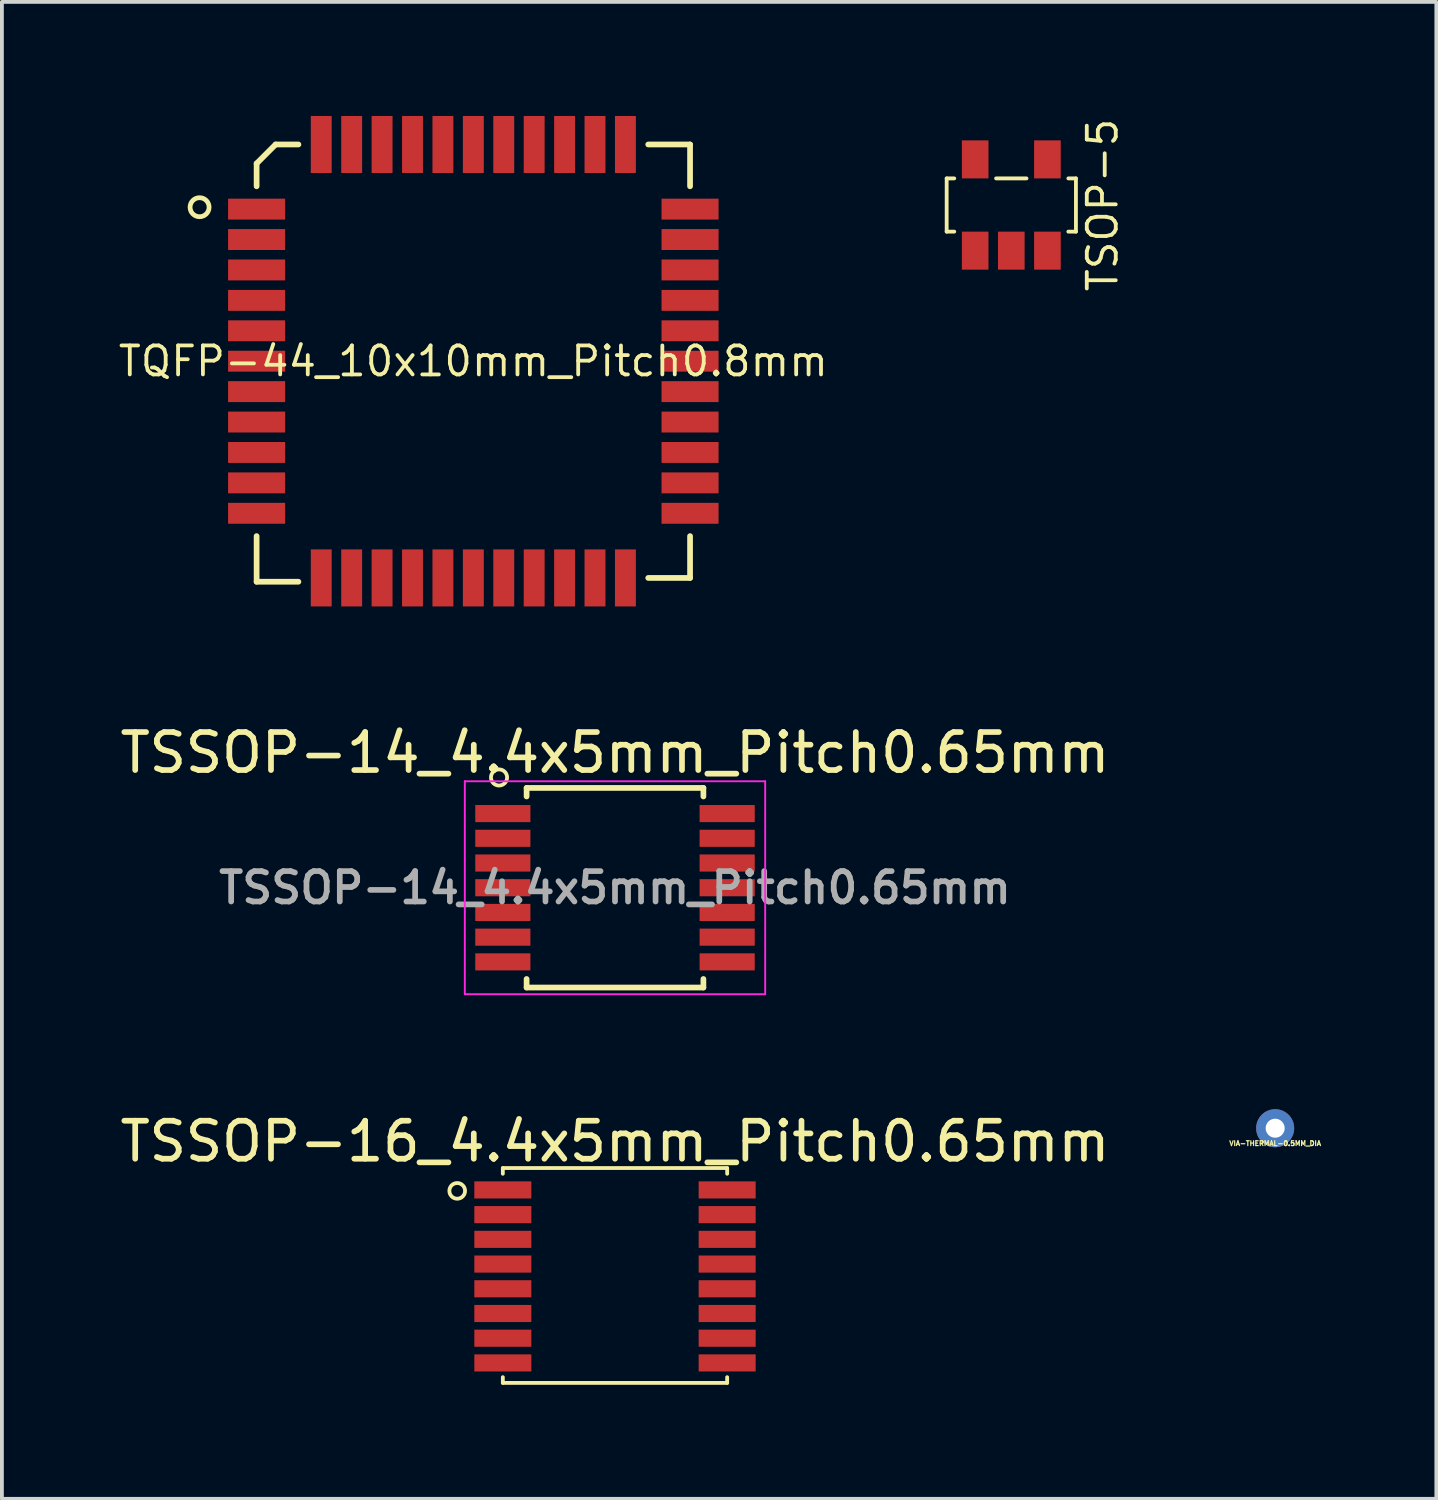
<source format=kicad_pcb>
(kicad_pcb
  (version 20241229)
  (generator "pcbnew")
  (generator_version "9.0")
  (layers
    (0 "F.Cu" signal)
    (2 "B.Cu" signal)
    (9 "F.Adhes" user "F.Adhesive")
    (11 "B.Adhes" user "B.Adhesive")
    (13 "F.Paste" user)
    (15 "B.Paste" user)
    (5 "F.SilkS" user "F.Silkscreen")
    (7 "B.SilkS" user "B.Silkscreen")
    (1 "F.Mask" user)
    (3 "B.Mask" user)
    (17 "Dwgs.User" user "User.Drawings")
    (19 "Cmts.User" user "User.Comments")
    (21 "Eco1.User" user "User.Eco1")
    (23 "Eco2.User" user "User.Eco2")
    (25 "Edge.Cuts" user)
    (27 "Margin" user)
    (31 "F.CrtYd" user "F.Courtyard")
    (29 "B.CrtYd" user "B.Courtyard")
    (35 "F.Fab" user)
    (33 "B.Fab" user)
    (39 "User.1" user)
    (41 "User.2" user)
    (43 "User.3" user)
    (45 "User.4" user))
  (footprint "TQFP-44_10x10mm_Pitch0.8mm"
    (layer "F.Cu")
    (at 9.399 6.45)
    (property "Reference" "TQFP-44_10x10mm_Pitch0.8mm" (at 0 0 0) (layer "F.SilkS") (effects (font (size 0.762 0.762) (thickness 0.1))))
    (attr smd)
    (fp_line (start -5.7 -5.2) (end -5.2 -5.7) (stroke (width 0.15) (type solid)) (layer "F.SilkS"))
    (fp_line (start -5.7 -4.6) (end -5.7 -5.2) (stroke (width 0.15) (type solid)) (layer "F.SilkS"))
    (fp_line (start -5.7 4.6) (end -5.7 5.8) (stroke (width 0.15) (type solid)) (layer "F.SilkS"))
    (fp_line (start -5.7 5.8) (end -4.6 5.8) (stroke (width 0.15) (type solid)) (layer "F.SilkS"))
    (fp_line (start -5.2 -5.7) (end -4.6 -5.7) (stroke (width 0.15) (type solid)) (layer "F.SilkS"))
    (fp_line (start 4.6 -5.7) (end 5.7 -5.7) (stroke (width 0.15) (type solid)) (layer "F.SilkS"))
    (fp_line (start 4.6 5.7) (end 5.7 5.7) (stroke (width 0.15) (type solid)) (layer "F.SilkS"))
    (fp_line (start 5.7 -5.7) (end 5.7 -4.6) (stroke (width 0.15) (type solid)) (layer "F.SilkS"))
    (fp_line (start 5.7 5.7) (end 5.7 4.6) (stroke (width 0.15) (type solid)) (layer "F.SilkS"))
    (fp_circle (center -7.2 -4.05) (end -7 -3.9) (stroke (width 0.125) (type solid)) (fill no) (layer "F.SilkS"))
    (pad "1" smd rect (at -5.7 -4) (size 1.5 0.55) (layers "F.Cu" "F.Mask" "F.Paste"))
    (pad "2" smd rect (at -5.7 -3.2) (size 1.5 0.55) (layers "F.Cu" "F.Mask" "F.Paste"))
    (pad "3" smd rect (at -5.7 -2.4) (size 1.5 0.55) (layers "F.Cu" "F.Mask" "F.Paste"))
    (pad "4" smd rect (at -5.7 -1.6) (size 1.5 0.55) (layers "F.Cu" "F.Mask" "F.Paste"))
    (pad "5" smd rect (at -5.7 -0.8) (size 1.5 0.55) (layers "F.Cu" "F.Mask" "F.Paste"))
    (pad "6" smd rect (at -5.7 0) (size 1.5 0.55) (layers "F.Cu" "F.Mask" "F.Paste"))
    (pad "7" smd rect (at -5.7 0.8) (size 1.5 0.55) (layers "F.Cu" "F.Mask" "F.Paste"))
    (pad "8" smd rect (at -5.7 1.6) (size 1.5 0.55) (layers "F.Cu" "F.Mask" "F.Paste"))
    (pad "9" smd rect (at -5.7 2.4) (size 1.5 0.55) (layers "F.Cu" "F.Mask" "F.Paste"))
    (pad "10" smd rect (at -5.7 3.2) (size 1.5 0.55) (layers "F.Cu" "F.Mask" "F.Paste"))
    (pad "11" smd rect (at -5.7 4) (size 1.5 0.55) (layers "F.Cu" "F.Mask" "F.Paste"))
    (pad "12" smd rect (at -4 5.7 90) (size 1.5 0.55) (layers "F.Cu" "F.Mask" "F.Paste"))
    (pad "13" smd rect (at -3.2 5.7 90) (size 1.5 0.55) (layers "F.Cu" "F.Mask" "F.Paste"))
    (pad "14" smd rect (at -2.4 5.7 90) (size 1.5 0.55) (layers "F.Cu" "F.Mask" "F.Paste"))
    (pad "15" smd rect (at -1.6 5.7 90) (size 1.5 0.55) (layers "F.Cu" "F.Mask" "F.Paste"))
    (pad "16" smd rect (at -0.8 5.7 90) (size 1.5 0.55) (layers "F.Cu" "F.Mask" "F.Paste"))
    (pad "17" smd rect (at 0 5.7 90) (size 1.5 0.55) (layers "F.Cu" "F.Mask" "F.Paste"))
    (pad "18" smd rect (at 0.8 5.7 90) (size 1.5 0.55) (layers "F.Cu" "F.Mask" "F.Paste"))
    (pad "19" smd rect (at 1.6 5.7 90) (size 1.5 0.55) (layers "F.Cu" "F.Mask" "F.Paste"))
    (pad "20" smd rect (at 2.4 5.7 90) (size 1.5 0.55) (layers "F.Cu" "F.Mask" "F.Paste"))
    (pad "21" smd rect (at 3.2 5.7 90) (size 1.5 0.55) (layers "F.Cu" "F.Mask" "F.Paste"))
    (pad "22" smd rect (at 4 5.7 90) (size 1.5 0.55) (layers "F.Cu" "F.Mask" "F.Paste"))
    (pad "23" smd rect (at 5.7 4) (size 1.5 0.55) (layers "F.Cu" "F.Mask" "F.Paste"))
    (pad "24" smd rect (at 5.7 3.2) (size 1.5 0.55) (layers "F.Cu" "F.Mask" "F.Paste"))
    (pad "25" smd rect (at 5.7 2.4) (size 1.5 0.55) (layers "F.Cu" "F.Mask" "F.Paste"))
    (pad "26" smd rect (at 5.7 1.6) (size 1.5 0.55) (layers "F.Cu" "F.Mask" "F.Paste"))
    (pad "27" smd rect (at 5.7 0.8) (size 1.5 0.55) (layers "F.Cu" "F.Mask" "F.Paste"))
    (pad "28" smd rect (at 5.7 0) (size 1.5 0.55) (layers "F.Cu" "F.Mask" "F.Paste"))
    (pad "29" smd rect (at 5.7 -0.8) (size 1.5 0.55) (layers "F.Cu" "F.Mask" "F.Paste"))
    (pad "30" smd rect (at 5.7 -1.6) (size 1.5 0.55) (layers "F.Cu" "F.Mask" "F.Paste"))
    (pad "31" smd rect (at 5.7 -2.4) (size 1.5 0.55) (layers "F.Cu" "F.Mask" "F.Paste"))
    (pad "32" smd rect (at 5.7 -3.2) (size 1.5 0.55) (layers "F.Cu" "F.Mask" "F.Paste"))
    (pad "33" smd rect (at 5.7 -4) (size 1.5 0.55) (layers "F.Cu" "F.Mask" "F.Paste"))
    (pad "34" smd rect (at 4 -5.7 90) (size 1.5 0.55) (layers "F.Cu" "F.Mask" "F.Paste"))
    (pad "35" smd rect (at 3.2 -5.7 90) (size 1.5 0.55) (layers "F.Cu" "F.Mask" "F.Paste"))
    (pad "36" smd rect (at 2.4 -5.7 90) (size 1.5 0.55) (layers "F.Cu" "F.Mask" "F.Paste"))
    (pad "37" smd rect (at 1.6 -5.7 90) (size 1.5 0.55) (layers "F.Cu" "F.Mask" "F.Paste"))
    (pad "38" smd rect (at 0.8 -5.7 90) (size 1.5 0.55) (layers "F.Cu" "F.Mask" "F.Paste"))
    (pad "39" smd rect (at 0 -5.7 90) (size 1.5 0.55) (layers "F.Cu" "F.Mask" "F.Paste"))
    (pad "40" smd rect (at -0.8 -5.7 90) (size 1.5 0.55) (layers "F.Cu" "F.Mask" "F.Paste"))
    (pad "41" smd rect (at -1.6 -5.7 90) (size 1.5 0.55) (layers "F.Cu" "F.Mask" "F.Paste"))
    (pad "42" smd rect (at -2.4 -5.7 90) (size 1.5 0.55) (layers "F.Cu" "F.Mask" "F.Paste"))
    (pad "43" smd rect (at -3.2 -5.7 90) (size 1.5 0.55) (layers "F.Cu" "F.Mask" "F.Paste"))
    (pad "44" smd rect (at -4 -5.7 90) (size 1.5 0.55) (layers "F.Cu" "F.Mask" "F.Paste")))
  (footprint "TSSOP-16_4.4x5mm_Pitch0.65mm"
    (layer "F.Cu")
    (at 13.125 30.521)
    (property "Reference" "TSSOP-16_4.4x5mm_Pitch0.65mm" (at 0 -3.55 0) (layer "F.SilkS") (effects (font (size 1 1) (thickness 0.15))))
    (attr smd)
    (fp_line (start -2.95 -2.85) (end -2.95 -2.7) (stroke (width 0.1) (type solid)) (layer "F.SilkS"))
    (fp_line (start -2.95 2.65) (end -2.95 2.8) (stroke (width 0.1) (type solid)) (layer "F.SilkS"))
    (fp_line (start 2.95 -2.85) (end -2.95 -2.85) (stroke (width 0.1) (type solid)) (layer "F.SilkS"))
    (fp_line (start 2.95 -2.85) (end 2.95 -2.7) (stroke (width 0.1) (type solid)) (layer "F.SilkS"))
    (fp_line (start 2.95 2.65) (end 2.95 2.8) (stroke (width 0.1) (type solid)) (layer "F.SilkS"))
    (fp_line (start 2.95 2.8) (end -2.95 2.8) (stroke (width 0.1) (type solid)) (layer "F.SilkS"))
    (fp_circle (center -4.15 -2.25) (end -3.95 -2.2) (stroke (width 0.1) (type solid)) (fill no) (layer "F.SilkS"))
    (pad "1" smd rect (at -2.95 -2.275) (size 1.5 0.45) (layers "F.Cu" "F.Mask" "F.Paste"))
    (pad "2" smd rect (at -2.95 -1.625) (size 1.5 0.45) (layers "F.Cu" "F.Mask" "F.Paste"))
    (pad "3" smd rect (at -2.95 -0.975) (size 1.5 0.45) (layers "F.Cu" "F.Mask" "F.Paste"))
    (pad "4" smd rect (at -2.95 -0.325) (size 1.5 0.45) (layers "F.Cu" "F.Mask" "F.Paste"))
    (pad "5" smd rect (at -2.95 0.325) (size 1.5 0.45) (layers "F.Cu" "F.Mask" "F.Paste"))
    (pad "6" smd rect (at -2.95 0.975) (size 1.5 0.45) (layers "F.Cu" "F.Mask" "F.Paste"))
    (pad "7" smd rect (at -2.95 1.625) (size 1.5 0.45) (layers "F.Cu" "F.Mask" "F.Paste"))
    (pad "8" smd rect (at -2.95 2.275) (size 1.5 0.45) (layers "F.Cu" "F.Mask" "F.Paste"))
    (pad "9" smd rect (at 2.95 2.275) (size 1.5 0.45) (layers "F.Cu" "F.Mask" "F.Paste"))
    (pad "10" smd rect (at 2.95 1.625) (size 1.5 0.45) (layers "F.Cu" "F.Mask" "F.Paste"))
    (pad "11" smd rect (at 2.95 0.975) (size 1.5 0.45) (layers "F.Cu" "F.Mask" "F.Paste"))
    (pad "12" smd rect (at 2.95 0.325) (size 1.5 0.45) (layers "F.Cu" "F.Mask" "F.Paste"))
    (pad "13" smd rect (at 2.95 -0.325) (size 1.5 0.45) (layers "F.Cu" "F.Mask" "F.Paste"))
    (pad "14" smd rect (at 2.95 -0.975) (size 1.5 0.45) (layers "F.Cu" "F.Mask" "F.Paste"))
    (pad "15" smd rect (at 2.95 -1.625) (size 1.5 0.45) (layers "F.Cu" "F.Mask" "F.Paste"))
    (pad "16" smd rect (at 2.95 -2.275) (size 1.5 0.45) (layers "F.Cu" "F.Mask" "F.Paste")))
  (footprint "TSOP-5"
    (layer "F.Cu")
    (at 23.548 2.342)
    (property "Reference" "TSOP-5" (at 2.4 0 90) (layer "F.SilkS") (effects (font (size 0.762 0.762) (thickness 0.1))))
    (attr through_hole)
    (fp_line (start -1.7 -0.7) (end -1.7 0.7) (stroke (width 0.1) (type solid)) (layer "F.SilkS"))
    (fp_line (start -1.7 0.7) (end -1.5 0.7) (stroke (width 0.1) (type solid)) (layer "F.SilkS"))
    (fp_line (start -1.5 -0.7) (end -1.7 -0.7) (stroke (width 0.1) (type solid)) (layer "F.SilkS"))
    (fp_line (start -0.4 -0.7) (end 0.4 -0.7) (stroke (width 0.1) (type solid)) (layer "F.SilkS"))
    (fp_line (start 1.5 -0.7) (end 1.7 -0.7) (stroke (width 0.1) (type solid)) (layer "F.SilkS"))
    (fp_line (start 1.7 -0.7) (end 1.7 0.7) (stroke (width 0.1) (type solid)) (layer "F.SilkS"))
    (fp_line (start 1.7 0.7) (end 1.5 0.7) (stroke (width 0.1) (type solid)) (layer "F.SilkS"))
    (pad "1" smd rect (at -0.95 1.2) (size 0.7 1) (layers "F.Cu" "F.Mask" "F.Paste"))
    (pad "2" smd rect (at 0 1.2) (size 0.7 1) (layers "F.Cu" "F.Mask" "F.Paste"))
    (pad "3" smd rect (at 0.95 1.2) (size 0.7 1) (layers "F.Cu" "F.Mask" "F.Paste"))
    (pad "4" smd rect (at 0.95 -1.2) (size 0.7 1) (layers "F.Cu" "F.Mask" "F.Paste"))
    (pad "5" smd rect (at -0.95 -1.2) (size 0.7 1) (layers "F.Cu" "F.Mask" "F.Paste")))
  (footprint "VIA-THERMAL-0.5MM_DIA"
    (layer "F.Cu")
    (at 30.488 26.623)
    (property "Reference" "VIA-THERMAL-0.5MM_DIA" (at 0 0.4 0) (layer "F.SilkS") (effects (font (size 0.127 0.127) (thickness 0.032))))
    (attr through_hole)
    (pad "1" thru_hole circle (at 0 0) (size 1 1) (drill 0.5) (layers "*.Cu" "*.Mask")))
  (footprint "TSSOP-14_4.4x5mm_Pitch0.65mm"
    (layer "F.Cu")
    (at 13.125 20.298)
    (property "Reference" "TSSOP-14_4.4x5mm_Pitch0.65mm" (at 0 -3.55 0) (layer "F.SilkS") (effects (font (size 1 1) (thickness 0.15))))
    (attr smd)
    (fp_line (start -2.325 -2.625) (end -2.325 -2.4) (stroke (width 0.15) (type solid)) (layer "F.SilkS"))
    (fp_line (start -2.325 -2.625) (end 2.325 -2.625) (stroke (width 0.15) (type solid)) (layer "F.SilkS"))
    (fp_line (start -2.325 2.625) (end -2.325 2.4) (stroke (width 0.15) (type solid)) (layer "F.SilkS"))
    (fp_line (start -2.325 2.625) (end 2.325 2.625) (stroke (width 0.15) (type solid)) (layer "F.SilkS"))
    (fp_line (start 2.325 -2.625) (end 2.325 -2.4) (stroke (width 0.15) (type solid)) (layer "F.SilkS"))
    (fp_line (start 2.325 2.625) (end 2.325 2.4) (stroke (width 0.15) (type solid)) (layer "F.SilkS"))
    (fp_circle (center -3.05 -2.9) (end -2.9 -2.75) (stroke (width 0.1) (type solid)) (fill no) (layer "F.SilkS"))
    (fp_line (start -3.95 -2.8) (end -3.95 2.8) (stroke (width 0.05) (type solid)) (layer "F.CrtYd"))
    (fp_line (start -3.95 -2.8) (end 3.95 -2.8) (stroke (width 0.05) (type solid)) (layer "F.CrtYd"))
    (fp_line (start -3.95 2.8) (end 3.95 2.8) (stroke (width 0.05) (type solid)) (layer "F.CrtYd"))
    (fp_line (start 3.95 -2.8) (end 3.95 2.8) (stroke (width 0.05) (type solid)) (layer "F.CrtYd"))
    (fp_text user "${REFERENCE}" (at 0 0 0) (layer "F.Fab") (effects (font (size 0.8 0.8) (thickness 0.15))))
    (pad "1" smd rect (at -2.95 -1.95) (size 1.45 0.45) (layers "F.Cu" "F.Mask" "F.Paste"))
    (pad "2" smd rect (at -2.95 -1.3) (size 1.45 0.45) (layers "F.Cu" "F.Mask" "F.Paste"))
    (pad "3" smd rect (at -2.95 -0.65) (size 1.45 0.45) (layers "F.Cu" "F.Mask" "F.Paste"))
    (pad "4" smd rect (at -2.95 0) (size 1.45 0.45) (layers "F.Cu" "F.Mask" "F.Paste"))
    (pad "5" smd rect (at -2.95 0.65) (size 1.45 0.45) (layers "F.Cu" "F.Mask" "F.Paste"))
    (pad "6" smd rect (at -2.95 1.3) (size 1.45 0.45) (layers "F.Cu" "F.Mask" "F.Paste"))
    (pad "7" smd rect (at -2.95 1.95) (size 1.45 0.45) (layers "F.Cu" "F.Mask" "F.Paste"))
    (pad "8" smd rect (at 2.95 1.95) (size 1.45 0.45) (layers "F.Cu" "F.Mask" "F.Paste"))
    (pad "9" smd rect (at 2.95 1.3) (size 1.45 0.45) (layers "F.Cu" "F.Mask" "F.Paste"))
    (pad "10" smd rect (at 2.95 0.65) (size 1.45 0.45) (layers "F.Cu" "F.Mask" "F.Paste"))
    (pad "11" smd rect (at 2.95 0) (size 1.45 0.45) (layers "F.Cu" "F.Mask" "F.Paste"))
    (pad "12" smd rect (at 2.95 -0.65) (size 1.45 0.45) (layers "F.Cu" "F.Mask" "F.Paste"))
    (pad "13" smd rect (at 2.95 -1.3) (size 1.45 0.45) (layers "F.Cu" "F.Mask" "F.Paste"))
    (pad "14" smd rect (at 2.95 -1.95) (size 1.45 0.45) (layers "F.Cu" "F.Mask" "F.Paste")))
  (gr_rect
    (start -3 -3)
    (end 34.727 36.371)
    (stroke (width 0.1) (type default))
    (fill no)
    (layer "Edge.Cuts")))
</source>
